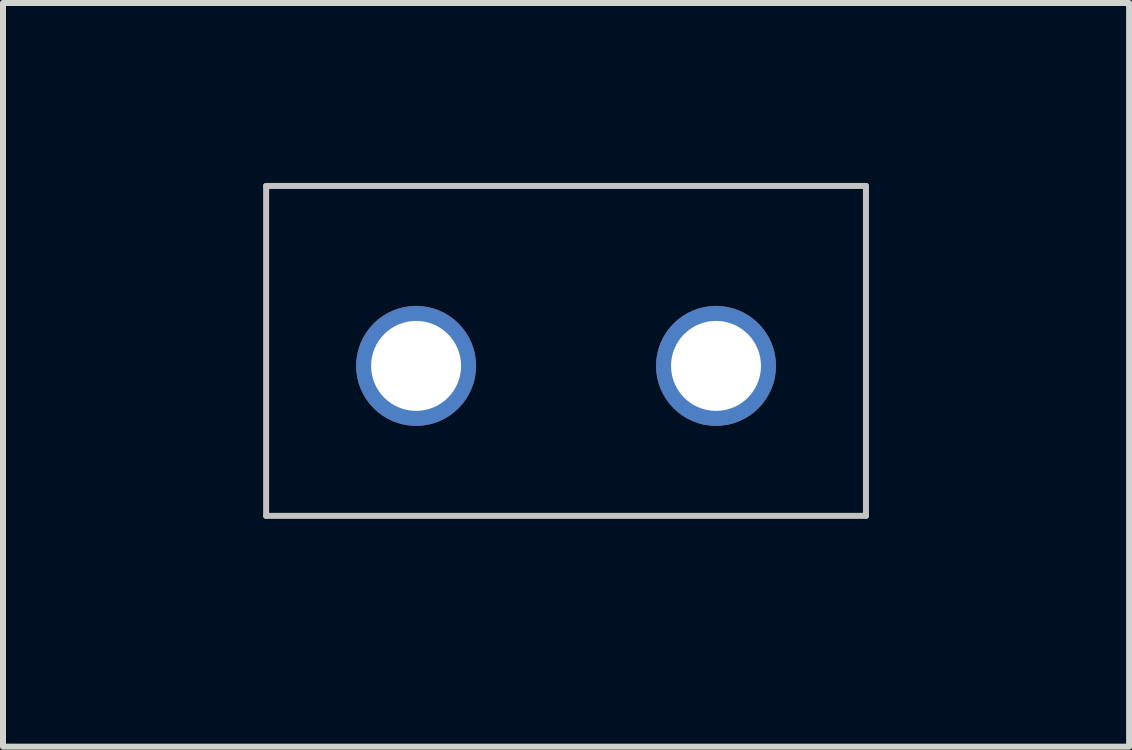
<source format=kicad_pcb>
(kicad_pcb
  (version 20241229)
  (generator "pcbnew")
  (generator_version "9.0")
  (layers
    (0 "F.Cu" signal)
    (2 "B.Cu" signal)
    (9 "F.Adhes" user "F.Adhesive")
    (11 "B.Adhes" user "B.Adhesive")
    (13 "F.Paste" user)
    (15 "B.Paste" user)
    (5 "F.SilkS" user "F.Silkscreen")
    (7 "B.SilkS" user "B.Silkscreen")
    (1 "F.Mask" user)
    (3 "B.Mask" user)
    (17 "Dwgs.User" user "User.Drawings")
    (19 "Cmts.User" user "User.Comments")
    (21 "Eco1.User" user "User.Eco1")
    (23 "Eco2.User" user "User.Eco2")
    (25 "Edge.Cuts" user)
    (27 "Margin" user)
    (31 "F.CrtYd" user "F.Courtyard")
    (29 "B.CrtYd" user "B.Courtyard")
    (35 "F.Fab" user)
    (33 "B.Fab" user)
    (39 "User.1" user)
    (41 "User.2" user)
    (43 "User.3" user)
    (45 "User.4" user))
  (footprint "effortless_switch"
    (layer "F.Cu")
    (at 6.387 3.05)
    (property "Reference" "effortless_switch" (at 0 -0.5 0) (unlocked yes) (layer "Eco1.User") (effects (font (size 1 1) (thickness 0.1))))
    (attr through_hole)
    (fp_line (start -5 -3) (end 5 -3) (stroke (width 0.1) (type default)) (layer "Dwgs.User"))
    (fp_line (start -5 2.5) (end -5 -3) (stroke (width 0.1) (type default)) (layer "Dwgs.User"))
    (fp_line (start 5 -3) (end 5 2.5) (stroke (width 0.1) (type default)) (layer "Dwgs.User"))
    (fp_line (start 5 2.5) (end -5 2.5) (stroke (width 0.1) (type default)) (layer "Dwgs.User"))
    (fp_text user "${REFERENCE}" (at 0 2.5 0) (unlocked yes) (layer "Eco1.User") (effects (font (size 1 1) (thickness 0.15))))
    (pad "1" thru_hole circle (at -2.5 0) (size 2 2) (drill 1.5) (layers "*.Cu" "*.Mask"))
    (pad "2" thru_hole circle (at 2.5 0) (size 2 2) (drill 1.5) (layers "*.Cu" "*.Mask")))
  (gr_rect
    (start -3 -3)
    (end 15.774 9.398)
    (stroke (width 0.1) (type default))
    (fill no)
    (layer "Edge.Cuts")))
</source>
